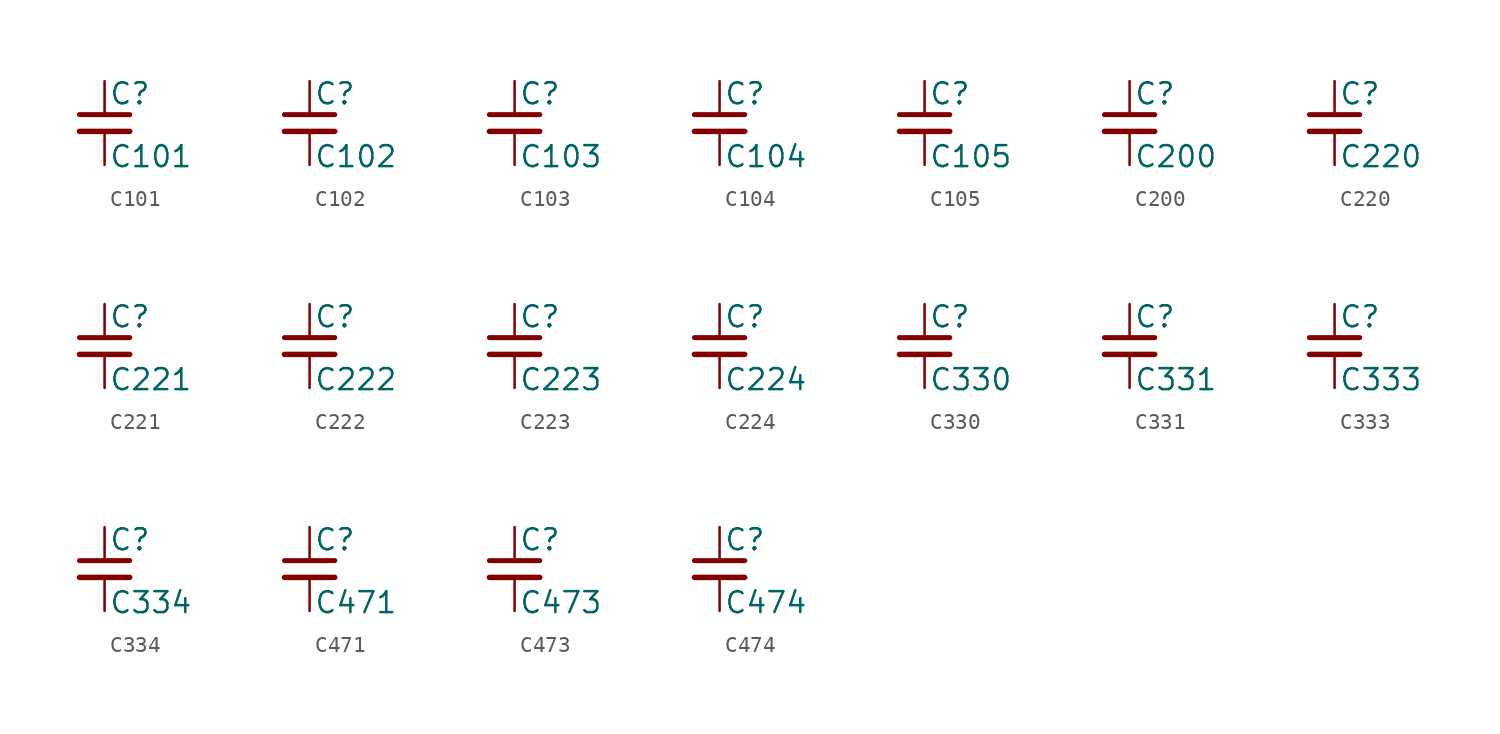
<source format=kicad_sym>
(kicad_symbol_lib
  (version 20211014)
  (generator kicad_symbol_editor)
  (symbol "C101"
    (pin_numbers hide)
    (pin_names
      (offset 0.254) hide)
    (property "Reference" "C"
      (at 0.254 1.778 0)
      (effects (font (size 1.27 1.27)) (justify left)))
    (property "Value" "C101"
      (at 0.254 -2.032 0)
      (effects (font (size 1.27 1.27)) (justify left)))
    (symbol "C101_0_1"
      (polyline (pts (xy -1.524 -0.508) (xy 1.524 -0.508)) (stroke (width 0.33) (type default) (color 0 0 0 0)) (fill (type none)))
      (polyline (pts (xy -1.524 0.508) (xy 1.524 0.508)) (stroke (width 0.305) (type default) (color 0 0 0 0)) (fill (type none))))
    (symbol "C101_1_1"
      (pin passive line (at 0 2.54 270) (length 2.032) (name "~" (effects (font (size 1.27 1.27)))) (number "1" (effects (font (size 1.27 1.27)))))
      (pin passive line (at 0 -2.54 90) (length 2.032) (name "~" (effects (font (size 1.27 1.27)))) (number "2" (effects (font (size 1.27 1.27)))))))
  (symbol "C102"
    (pin_numbers hide)
    (pin_names
      (offset 0.254) hide)
    (property "Reference" "C"
      (at 0.254 1.778 0)
      (effects (font (size 1.27 1.27)) (justify left)))
    (property "Value" "C102"
      (at 0.254 -2.032 0)
      (effects (font (size 1.27 1.27)) (justify left)))
    (symbol "C102_0_1"
      (polyline (pts (xy -1.524 -0.508) (xy 1.524 -0.508)) (stroke (width 0.33) (type default) (color 0 0 0 0)) (fill (type none)))
      (polyline (pts (xy -1.524 0.508) (xy 1.524 0.508)) (stroke (width 0.305) (type default) (color 0 0 0 0)) (fill (type none))))
    (symbol "C102_1_1"
      (pin passive line (at 0 2.54 270) (length 2.032) (name "~" (effects (font (size 1.27 1.27)))) (number "1" (effects (font (size 1.27 1.27)))))
      (pin passive line (at 0 -2.54 90) (length 2.032) (name "~" (effects (font (size 1.27 1.27)))) (number "2" (effects (font (size 1.27 1.27)))))))
  (symbol "C103"
    (pin_numbers hide)
    (pin_names
      (offset 0.254) hide)
    (property "Reference" "C"
      (at 0.254 1.778 0)
      (effects (font (size 1.27 1.27)) (justify left)))
    (property "Value" "C103"
      (at 0.254 -2.032 0)
      (effects (font (size 1.27 1.27)) (justify left)))
    (symbol "C103_0_1"
      (polyline (pts (xy -1.524 -0.508) (xy 1.524 -0.508)) (stroke (width 0.33) (type default) (color 0 0 0 0)) (fill (type none)))
      (polyline (pts (xy -1.524 0.508) (xy 1.524 0.508)) (stroke (width 0.305) (type default) (color 0 0 0 0)) (fill (type none))))
    (symbol "C103_1_1"
      (pin passive line (at 0 2.54 270) (length 2.032) (name "~" (effects (font (size 1.27 1.27)))) (number "1" (effects (font (size 1.27 1.27)))))
      (pin passive line (at 0 -2.54 90) (length 2.032) (name "~" (effects (font (size 1.27 1.27)))) (number "2" (effects (font (size 1.27 1.27)))))))
  (symbol "C104"
    (pin_numbers hide)
    (pin_names
      (offset 0.254) hide)
    (property "Reference" "C"
      (at 0.254 1.778 0)
      (effects (font (size 1.27 1.27)) (justify left)))
    (property "Value" "C104"
      (at 0.254 -2.032 0)
      (effects (font (size 1.27 1.27)) (justify left)))
    (symbol "C104_0_1"
      (polyline (pts (xy -1.524 -0.508) (xy 1.524 -0.508)) (stroke (width 0.33) (type default) (color 0 0 0 0)) (fill (type none)))
      (polyline (pts (xy -1.524 0.508) (xy 1.524 0.508)) (stroke (width 0.305) (type default) (color 0 0 0 0)) (fill (type none))))
    (symbol "C104_1_1"
      (pin passive line (at 0 2.54 270) (length 2.032) (name "~" (effects (font (size 1.27 1.27)))) (number "1" (effects (font (size 1.27 1.27)))))
      (pin passive line (at 0 -2.54 90) (length 2.032) (name "~" (effects (font (size 1.27 1.27)))) (number "2" (effects (font (size 1.27 1.27)))))))
  (symbol "C105"
    (pin_numbers hide)
    (pin_names
      (offset 0.254) hide)
    (property "Reference" "C"
      (at 0.254 1.778 0)
      (effects (font (size 1.27 1.27)) (justify left)))
    (property "Value" "C105"
      (at 0.254 -2.032 0)
      (effects (font (size 1.27 1.27)) (justify left)))
    (symbol "C105_0_1"
      (polyline (pts (xy -1.524 -0.508) (xy 1.524 -0.508)) (stroke (width 0.33) (type default) (color 0 0 0 0)) (fill (type none)))
      (polyline (pts (xy -1.524 0.508) (xy 1.524 0.508)) (stroke (width 0.305) (type default) (color 0 0 0 0)) (fill (type none))))
    (symbol "C105_1_1"
      (pin passive line (at 0 2.54 270) (length 2.032) (name "~" (effects (font (size 1.27 1.27)))) (number "1" (effects (font (size 1.27 1.27)))))
      (pin passive line (at 0 -2.54 90) (length 2.032) (name "~" (effects (font (size 1.27 1.27)))) (number "2" (effects (font (size 1.27 1.27)))))))
  (symbol "C200"
    (pin_numbers hide)
    (pin_names
      (offset 0.254) hide)
    (property "Reference" "C"
      (at 0.254 1.778 0)
      (effects (font (size 1.27 1.27)) (justify left)))
    (property "Value" "C200"
      (at 0.254 -2.032 0)
      (effects (font (size 1.27 1.27)) (justify left)))
    (symbol "C200_0_1"
      (polyline (pts (xy -1.524 -0.508) (xy 1.524 -0.508)) (stroke (width 0.33) (type default) (color 0 0 0 0)) (fill (type none)))
      (polyline (pts (xy -1.524 0.508) (xy 1.524 0.508)) (stroke (width 0.305) (type default) (color 0 0 0 0)) (fill (type none))))
    (symbol "C200_1_1"
      (pin passive line (at 0 2.54 270) (length 2.032) (name "~" (effects (font (size 1.27 1.27)))) (number "1" (effects (font (size 1.27 1.27)))))
      (pin passive line (at 0 -2.54 90) (length 2.032) (name "~" (effects (font (size 1.27 1.27)))) (number "2" (effects (font (size 1.27 1.27)))))))
  (symbol "C220"
    (pin_numbers hide)
    (pin_names
      (offset 0.254) hide)
    (property "Reference" "C"
      (at 0.254 1.778 0)
      (effects (font (size 1.27 1.27)) (justify left)))
    (property "Value" "C220"
      (at 0.254 -2.032 0)
      (effects (font (size 1.27 1.27)) (justify left)))
    (symbol "C220_0_1"
      (polyline (pts (xy -1.524 -0.508) (xy 1.524 -0.508)) (stroke (width 0.33) (type default) (color 0 0 0 0)) (fill (type none)))
      (polyline (pts (xy -1.524 0.508) (xy 1.524 0.508)) (stroke (width 0.305) (type default) (color 0 0 0 0)) (fill (type none))))
    (symbol "C220_1_1"
      (pin passive line (at 0 2.54 270) (length 2.032) (name "~" (effects (font (size 1.27 1.27)))) (number "1" (effects (font (size 1.27 1.27)))))
      (pin passive line (at 0 -2.54 90) (length 2.032) (name "~" (effects (font (size 1.27 1.27)))) (number "2" (effects (font (size 1.27 1.27)))))))
  (symbol "C221"
    (pin_numbers hide)
    (pin_names
      (offset 0.254) hide)
    (property "Reference" "C"
      (at 0.254 1.778 0)
      (effects (font (size 1.27 1.27)) (justify left)))
    (property "Value" "C221"
      (at 0.254 -2.032 0)
      (effects (font (size 1.27 1.27)) (justify left)))
    (symbol "C221_0_1"
      (polyline (pts (xy -1.524 -0.508) (xy 1.524 -0.508)) (stroke (width 0.33) (type default) (color 0 0 0 0)) (fill (type none)))
      (polyline (pts (xy -1.524 0.508) (xy 1.524 0.508)) (stroke (width 0.305) (type default) (color 0 0 0 0)) (fill (type none))))
    (symbol "C221_1_1"
      (pin passive line (at 0 2.54 270) (length 2.032) (name "~" (effects (font (size 1.27 1.27)))) (number "1" (effects (font (size 1.27 1.27)))))
      (pin passive line (at 0 -2.54 90) (length 2.032) (name "~" (effects (font (size 1.27 1.27)))) (number "2" (effects (font (size 1.27 1.27)))))))
  (symbol "C222"
    (pin_numbers hide)
    (pin_names
      (offset 0.254) hide)
    (property "Reference" "C"
      (at 0.254 1.778 0)
      (effects (font (size 1.27 1.27)) (justify left)))
    (property "Value" "C222"
      (at 0.254 -2.032 0)
      (effects (font (size 1.27 1.27)) (justify left)))
    (symbol "C222_0_1"
      (polyline (pts (xy -1.524 -0.508) (xy 1.524 -0.508)) (stroke (width 0.33) (type default) (color 0 0 0 0)) (fill (type none)))
      (polyline (pts (xy -1.524 0.508) (xy 1.524 0.508)) (stroke (width 0.305) (type default) (color 0 0 0 0)) (fill (type none))))
    (symbol "C222_1_1"
      (pin passive line (at 0 2.54 270) (length 2.032) (name "~" (effects (font (size 1.27 1.27)))) (number "1" (effects (font (size 1.27 1.27)))))
      (pin passive line (at 0 -2.54 90) (length 2.032) (name "~" (effects (font (size 1.27 1.27)))) (number "2" (effects (font (size 1.27 1.27)))))))
  (symbol "C223"
    (pin_numbers hide)
    (pin_names
      (offset 0.254) hide)
    (property "Reference" "C"
      (at 0.254 1.778 0)
      (effects (font (size 1.27 1.27)) (justify left)))
    (property "Value" "C223"
      (at 0.254 -2.032 0)
      (effects (font (size 1.27 1.27)) (justify left)))
    (symbol "C223_0_1"
      (polyline (pts (xy -1.524 -0.508) (xy 1.524 -0.508)) (stroke (width 0.33) (type default) (color 0 0 0 0)) (fill (type none)))
      (polyline (pts (xy -1.524 0.508) (xy 1.524 0.508)) (stroke (width 0.305) (type default) (color 0 0 0 0)) (fill (type none))))
    (symbol "C223_1_1"
      (pin passive line (at 0 2.54 270) (length 2.032) (name "~" (effects (font (size 1.27 1.27)))) (number "1" (effects (font (size 1.27 1.27)))))
      (pin passive line (at 0 -2.54 90) (length 2.032) (name "~" (effects (font (size 1.27 1.27)))) (number "2" (effects (font (size 1.27 1.27)))))))
  (symbol "C224"
    (pin_numbers hide)
    (pin_names
      (offset 0.254) hide)
    (property "Reference" "C"
      (at 0.254 1.778 0)
      (effects (font (size 1.27 1.27)) (justify left)))
    (property "Value" "C224"
      (at 0.254 -2.032 0)
      (effects (font (size 1.27 1.27)) (justify left)))
    (symbol "C224_0_1"
      (polyline (pts (xy -1.524 -0.508) (xy 1.524 -0.508)) (stroke (width 0.33) (type default) (color 0 0 0 0)) (fill (type none)))
      (polyline (pts (xy -1.524 0.508) (xy 1.524 0.508)) (stroke (width 0.305) (type default) (color 0 0 0 0)) (fill (type none))))
    (symbol "C224_1_1"
      (pin passive line (at 0 2.54 270) (length 2.032) (name "~" (effects (font (size 1.27 1.27)))) (number "1" (effects (font (size 1.27 1.27)))))
      (pin passive line (at 0 -2.54 90) (length 2.032) (name "~" (effects (font (size 1.27 1.27)))) (number "2" (effects (font (size 1.27 1.27)))))))
  (symbol "C330"
    (pin_numbers hide)
    (pin_names
      (offset 0.254) hide)
    (property "Reference" "C"
      (at 0.254 1.778 0)
      (effects (font (size 1.27 1.27)) (justify left)))
    (property "Value" "C330"
      (at 0.254 -2.032 0)
      (effects (font (size 1.27 1.27)) (justify left)))
    (symbol "C330_0_1"
      (polyline (pts (xy -1.524 -0.508) (xy 1.524 -0.508)) (stroke (width 0.33) (type default) (color 0 0 0 0)) (fill (type none)))
      (polyline (pts (xy -1.524 0.508) (xy 1.524 0.508)) (stroke (width 0.305) (type default) (color 0 0 0 0)) (fill (type none))))
    (symbol "C330_1_1"
      (pin passive line (at 0 2.54 270) (length 2.032) (name "~" (effects (font (size 1.27 1.27)))) (number "1" (effects (font (size 1.27 1.27)))))
      (pin passive line (at 0 -2.54 90) (length 2.032) (name "~" (effects (font (size 1.27 1.27)))) (number "2" (effects (font (size 1.27 1.27)))))))
  (symbol "C331"
    (pin_numbers hide)
    (pin_names
      (offset 0.254) hide)
    (property "Reference" "C"
      (at 0.254 1.778 0)
      (effects (font (size 1.27 1.27)) (justify left)))
    (property "Value" "C331"
      (at 0.254 -2.032 0)
      (effects (font (size 1.27 1.27)) (justify left)))
    (symbol "C331_0_1"
      (polyline (pts (xy -1.524 -0.508) (xy 1.524 -0.508)) (stroke (width 0.33) (type default) (color 0 0 0 0)) (fill (type none)))
      (polyline (pts (xy -1.524 0.508) (xy 1.524 0.508)) (stroke (width 0.305) (type default) (color 0 0 0 0)) (fill (type none))))
    (symbol "C331_1_1"
      (pin passive line (at 0 2.54 270) (length 2.032) (name "~" (effects (font (size 1.27 1.27)))) (number "1" (effects (font (size 1.27 1.27)))))
      (pin passive line (at 0 -2.54 90) (length 2.032) (name "~" (effects (font (size 1.27 1.27)))) (number "2" (effects (font (size 1.27 1.27)))))))
  (symbol "C333"
    (pin_numbers hide)
    (pin_names
      (offset 0.254) hide)
    (property "Reference" "C"
      (at 0.254 1.778 0)
      (effects (font (size 1.27 1.27)) (justify left)))
    (property "Value" "C333"
      (at 0.254 -2.032 0)
      (effects (font (size 1.27 1.27)) (justify left)))
    (symbol "C333_0_1"
      (polyline (pts (xy -1.524 -0.508) (xy 1.524 -0.508)) (stroke (width 0.33) (type default) (color 0 0 0 0)) (fill (type none)))
      (polyline (pts (xy -1.524 0.508) (xy 1.524 0.508)) (stroke (width 0.305) (type default) (color 0 0 0 0)) (fill (type none))))
    (symbol "C333_1_1"
      (pin passive line (at 0 2.54 270) (length 2.032) (name "~" (effects (font (size 1.27 1.27)))) (number "1" (effects (font (size 1.27 1.27)))))
      (pin passive line (at 0 -2.54 90) (length 2.032) (name "~" (effects (font (size 1.27 1.27)))) (number "2" (effects (font (size 1.27 1.27)))))))
  (symbol "C334"
    (pin_numbers hide)
    (pin_names
      (offset 0.254) hide)
    (property "Reference" "C"
      (at 0.254 1.778 0)
      (effects (font (size 1.27 1.27)) (justify left)))
    (property "Value" "C334"
      (at 0.254 -2.032 0)
      (effects (font (size 1.27 1.27)) (justify left)))
    (symbol "C334_0_1"
      (polyline (pts (xy -1.524 -0.508) (xy 1.524 -0.508)) (stroke (width 0.33) (type default) (color 0 0 0 0)) (fill (type none)))
      (polyline (pts (xy -1.524 0.508) (xy 1.524 0.508)) (stroke (width 0.305) (type default) (color 0 0 0 0)) (fill (type none))))
    (symbol "C334_1_1"
      (pin passive line (at 0 2.54 270) (length 2.032) (name "~" (effects (font (size 1.27 1.27)))) (number "1" (effects (font (size 1.27 1.27)))))
      (pin passive line (at 0 -2.54 90) (length 2.032) (name "~" (effects (font (size 1.27 1.27)))) (number "2" (effects (font (size 1.27 1.27)))))))
  (symbol "C471"
    (pin_numbers hide)
    (pin_names
      (offset 0.254) hide)
    (property "Reference" "C"
      (at 0.254 1.778 0)
      (effects (font (size 1.27 1.27)) (justify left)))
    (property "Value" "C471"
      (at 0.254 -2.032 0)
      (effects (font (size 1.27 1.27)) (justify left)))
    (symbol "C471_0_1"
      (polyline (pts (xy -1.524 -0.508) (xy 1.524 -0.508)) (stroke (width 0.33) (type default) (color 0 0 0 0)) (fill (type none)))
      (polyline (pts (xy -1.524 0.508) (xy 1.524 0.508)) (stroke (width 0.305) (type default) (color 0 0 0 0)) (fill (type none))))
    (symbol "C471_1_1"
      (pin passive line (at 0 2.54 270) (length 2.032) (name "~" (effects (font (size 1.27 1.27)))) (number "1" (effects (font (size 1.27 1.27)))))
      (pin passive line (at 0 -2.54 90) (length 2.032) (name "~" (effects (font (size 1.27 1.27)))) (number "2" (effects (font (size 1.27 1.27)))))))
  (symbol "C473"
    (pin_numbers hide)
    (pin_names
      (offset 0.254) hide)
    (property "Reference" "C"
      (at 0.254 1.778 0)
      (effects (font (size 1.27 1.27)) (justify left)))
    (property "Value" "C473"
      (at 0.254 -2.032 0)
      (effects (font (size 1.27 1.27)) (justify left)))
    (symbol "C473_0_1"
      (polyline (pts (xy -1.524 -0.508) (xy 1.524 -0.508)) (stroke (width 0.33) (type default) (color 0 0 0 0)) (fill (type none)))
      (polyline (pts (xy -1.524 0.508) (xy 1.524 0.508)) (stroke (width 0.305) (type default) (color 0 0 0 0)) (fill (type none))))
    (symbol "C473_1_1"
      (pin passive line (at 0 2.54 270) (length 2.032) (name "~" (effects (font (size 1.27 1.27)))) (number "1" (effects (font (size 1.27 1.27)))))
      (pin passive line (at 0 -2.54 90) (length 2.032) (name "~" (effects (font (size 1.27 1.27)))) (number "2" (effects (font (size 1.27 1.27)))))))
  (symbol "C474"
    (pin_numbers hide)
    (pin_names
      (offset 0.254) hide)
    (property "Reference" "C"
      (at 0.254 1.778 0)
      (effects (font (size 1.27 1.27)) (justify left)))
    (property "Value" "C474"
      (at 0.254 -2.032 0)
      (effects (font (size 1.27 1.27)) (justify left)))
    (symbol "C474_0_1"
      (polyline (pts (xy -1.524 -0.508) (xy 1.524 -0.508)) (stroke (width 0.33) (type default) (color 0 0 0 0)) (fill (type none)))
      (polyline (pts (xy -1.524 0.508) (xy 1.524 0.508)) (stroke (width 0.305) (type default) (color 0 0 0 0)) (fill (type none))))
    (symbol "C474_1_1"
      (pin passive line (at 0 2.54 270) (length 2.032) (name "~" (effects (font (size 1.27 1.27)))) (number "1" (effects (font (size 1.27 1.27)))))
      (pin passive line (at 0 -2.54 90) (length 2.032) (name "~" (effects (font (size 1.27 1.27)))) (number "2" (effects (font (size 1.27 1.27))))))))
</source>
